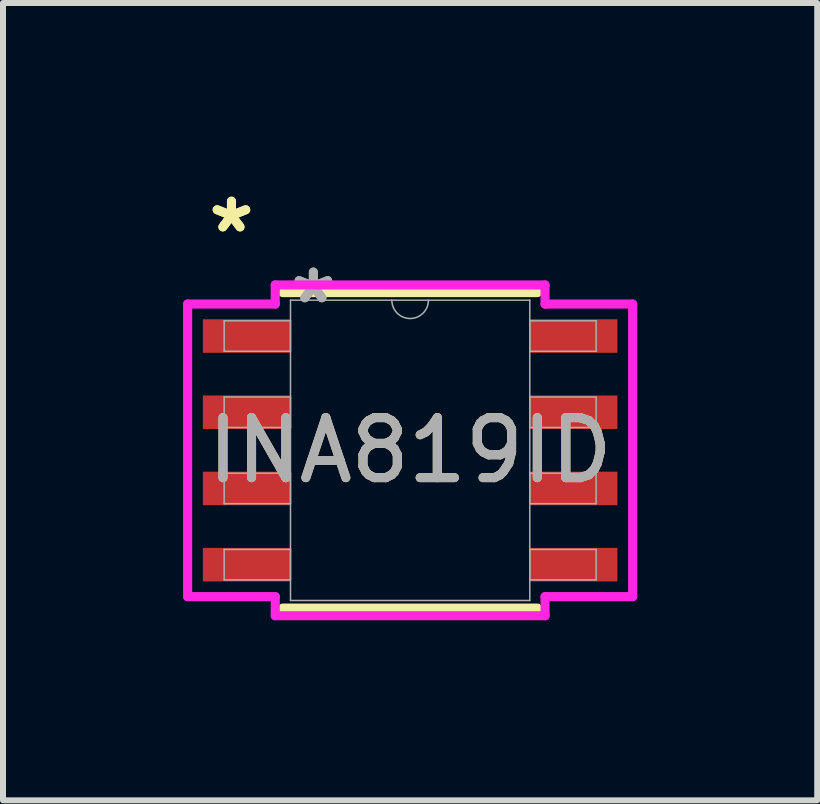
<source format=kicad_pcb>
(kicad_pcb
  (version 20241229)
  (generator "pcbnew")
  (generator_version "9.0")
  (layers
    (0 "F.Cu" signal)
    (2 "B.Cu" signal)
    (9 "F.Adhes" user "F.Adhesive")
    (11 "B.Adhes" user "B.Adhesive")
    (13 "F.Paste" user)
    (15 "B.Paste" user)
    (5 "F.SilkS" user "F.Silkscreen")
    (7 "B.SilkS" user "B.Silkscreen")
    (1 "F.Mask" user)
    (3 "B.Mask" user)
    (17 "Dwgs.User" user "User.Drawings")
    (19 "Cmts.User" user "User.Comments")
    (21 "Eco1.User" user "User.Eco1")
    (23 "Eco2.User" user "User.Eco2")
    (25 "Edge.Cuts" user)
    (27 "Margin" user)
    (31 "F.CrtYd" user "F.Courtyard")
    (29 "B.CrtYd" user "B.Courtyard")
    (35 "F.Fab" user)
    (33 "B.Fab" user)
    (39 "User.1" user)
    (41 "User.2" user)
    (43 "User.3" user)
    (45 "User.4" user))
  (footprint "INA819ID"
    (layer "F.Cu")
    (at 3.785 4.455)
    (property "Reference" "INA819ID" (at 0 0 0) (unlocked yes) (layer "F.SilkS") (effects (font (size 1 1) (thickness 0.15))))
    (attr smd)
    (fp_line (start -2.121 2.629) (end 2.121 2.629) (stroke (width 0.152) (type solid)) (layer "F.SilkS"))
    (fp_line (start 2.121 -2.629) (end -2.121 -2.629) (stroke (width 0.152) (type solid)) (layer "F.SilkS"))
    (fp_line (start -3.708 -2.438) (end -2.248 -2.438) (stroke (width 0.152) (type solid)) (layer "F.CrtYd"))
    (fp_line (start -3.708 2.438) (end -3.708 -2.438) (stroke (width 0.152) (type solid)) (layer "F.CrtYd"))
    (fp_line (start -3.708 2.438) (end -2.248 2.438) (stroke (width 0.152) (type solid)) (layer "F.CrtYd"))
    (fp_line (start -2.248 -2.756) (end 2.248 -2.756) (stroke (width 0.152) (type solid)) (layer "F.CrtYd"))
    (fp_line (start -2.248 -2.438) (end -2.248 -2.756) (stroke (width 0.152) (type solid)) (layer "F.CrtYd"))
    (fp_line (start -2.248 2.756) (end -2.248 2.438) (stroke (width 0.152) (type solid)) (layer "F.CrtYd"))
    (fp_line (start 2.248 -2.756) (end 2.248 -2.438) (stroke (width 0.152) (type solid)) (layer "F.CrtYd"))
    (fp_line (start 2.248 2.438) (end 2.248 2.756) (stroke (width 0.152) (type solid)) (layer "F.CrtYd"))
    (fp_line (start 2.248 2.756) (end -2.248 2.756) (stroke (width 0.152) (type solid)) (layer "F.CrtYd"))
    (fp_line (start 3.708 -2.438) (end 2.248 -2.438) (stroke (width 0.152) (type solid)) (layer "F.CrtYd"))
    (fp_line (start 3.708 -2.438) (end 3.708 2.438) (stroke (width 0.152) (type solid)) (layer "F.CrtYd"))
    (fp_line (start 3.708 2.438) (end 2.248 2.438) (stroke (width 0.152) (type solid)) (layer "F.CrtYd"))
    (fp_line (start -3.099 -2.159) (end -3.099 -1.651) (stroke (width 0.025) (type solid)) (layer "F.Fab"))
    (fp_line (start -3.099 -1.651) (end -1.994 -1.651) (stroke (width 0.025) (type solid)) (layer "F.Fab"))
    (fp_line (start -3.099 -0.889) (end -3.099 -0.381) (stroke (width 0.025) (type solid)) (layer "F.Fab"))
    (fp_line (start -3.099 -0.381) (end -1.994 -0.381) (stroke (width 0.025) (type solid)) (layer "F.Fab"))
    (fp_line (start -3.099 0.381) (end -3.099 0.889) (stroke (width 0.025) (type solid)) (layer "F.Fab"))
    (fp_line (start -3.099 0.889) (end -1.994 0.889) (stroke (width 0.025) (type solid)) (layer "F.Fab"))
    (fp_line (start -3.099 1.651) (end -3.099 2.159) (stroke (width 0.025) (type solid)) (layer "F.Fab"))
    (fp_line (start -3.099 2.159) (end -1.994 2.159) (stroke (width 0.025) (type solid)) (layer "F.Fab"))
    (fp_line (start -1.994 -2.502) (end -1.994 2.502) (stroke (width 0.025) (type solid)) (layer "F.Fab"))
    (fp_line (start -1.994 -2.159) (end -3.099 -2.159) (stroke (width 0.025) (type solid)) (layer "F.Fab"))
    (fp_line (start -1.994 -1.651) (end -1.994 -2.159) (stroke (width 0.025) (type solid)) (layer "F.Fab"))
    (fp_line (start -1.994 -0.889) (end -3.099 -0.889) (stroke (width 0.025) (type solid)) (layer "F.Fab"))
    (fp_line (start -1.994 -0.381) (end -1.994 -0.889) (stroke (width 0.025) (type solid)) (layer "F.Fab"))
    (fp_line (start -1.994 0.381) (end -3.099 0.381) (stroke (width 0.025) (type solid)) (layer "F.Fab"))
    (fp_line (start -1.994 0.889) (end -1.994 0.381) (stroke (width 0.025) (type solid)) (layer "F.Fab"))
    (fp_line (start -1.994 1.651) (end -3.099 1.651) (stroke (width 0.025) (type solid)) (layer "F.Fab"))
    (fp_line (start -1.994 2.159) (end -1.994 1.651) (stroke (width 0.025) (type solid)) (layer "F.Fab"))
    (fp_line (start -1.994 2.502) (end 1.994 2.502) (stroke (width 0.025) (type solid)) (layer "F.Fab"))
    (fp_line (start 1.994 -2.502) (end -1.994 -2.502) (stroke (width 0.025) (type solid)) (layer "F.Fab"))
    (fp_line (start 1.994 -2.159) (end 1.994 -1.651) (stroke (width 0.025) (type solid)) (layer "F.Fab"))
    (fp_line (start 1.994 -1.651) (end 3.099 -1.651) (stroke (width 0.025) (type solid)) (layer "F.Fab"))
    (fp_line (start 1.994 -0.889) (end 1.994 -0.381) (stroke (width 0.025) (type solid)) (layer "F.Fab"))
    (fp_line (start 1.994 -0.381) (end 3.099 -0.381) (stroke (width 0.025) (type solid)) (layer "F.Fab"))
    (fp_line (start 1.994 0.381) (end 1.994 0.889) (stroke (width 0.025) (type solid)) (layer "F.Fab"))
    (fp_line (start 1.994 0.889) (end 3.099 0.889) (stroke (width 0.025) (type solid)) (layer "F.Fab"))
    (fp_line (start 1.994 1.651) (end 1.994 2.159) (stroke (width 0.025) (type solid)) (layer "F.Fab"))
    (fp_line (start 1.994 2.159) (end 3.099 2.159) (stroke (width 0.025) (type solid)) (layer "F.Fab"))
    (fp_line (start 1.994 2.502) (end 1.994 -2.502) (stroke (width 0.025) (type solid)) (layer "F.Fab"))
    (fp_line (start 3.099 -2.159) (end 1.994 -2.159) (stroke (width 0.025) (type solid)) (layer "F.Fab"))
    (fp_line (start 3.099 -1.651) (end 3.099 -2.159) (stroke (width 0.025) (type solid)) (layer "F.Fab"))
    (fp_line (start 3.099 -0.889) (end 1.994 -0.889) (stroke (width 0.025) (type solid)) (layer "F.Fab"))
    (fp_line (start 3.099 -0.381) (end 3.099 -0.889) (stroke (width 0.025) (type solid)) (layer "F.Fab"))
    (fp_line (start 3.099 0.381) (end 1.994 0.381) (stroke (width 0.025) (type solid)) (layer "F.Fab"))
    (fp_line (start 3.099 0.889) (end 3.099 0.381) (stroke (width 0.025) (type solid)) (layer "F.Fab"))
    (fp_line (start 3.099 1.651) (end 1.994 1.651) (stroke (width 0.025) (type solid)) (layer "F.Fab"))
    (fp_line (start 3.099 2.159) (end 3.099 1.651) (stroke (width 0.025) (type solid)) (layer "F.Fab"))
    (fp_arc (start 0.3048 -2.5019) (mid 0 -2.1971) (end -0.3048 -2.5019) (stroke (width 0.0254) (type solid)) (layer "F.Fab"))
    (fp_text user "*" (at -2.978 -3.607 0) (unlocked yes) (layer "F.SilkS") (effects (font (size 1 1) (thickness 0.15))))
    (fp_text user "*" (at -2.978 -3.607 0) (layer "F.SilkS") (effects (font (size 1 1) (thickness 0.15))))
    (fp_text user "*" (at -1.613 -2.426 0) (layer "F.Fab") (effects (font (size 1 1) (thickness 0.15))))
    (fp_text user "${REFERENCE}" (at 0 0 0) (unlocked yes) (layer "F.Fab") (effects (font (size 1 1) (thickness 0.15))))
    (fp_text user "*" (at -1.613 -2.426 0) (unlocked yes) (layer "F.Fab") (effects (font (size 1 1) (thickness 0.15))))
    (pad "1" smd rect (at -2.724 -1.905) (size 1.46 0.559) (layers "F.Cu" "F.Mask" "F.Paste"))
    (pad "2" smd rect (at -2.724 -0.635) (size 1.46 0.559) (layers "F.Cu" "F.Mask" "F.Paste"))
    (pad "3" smd rect (at -2.724 0.635) (size 1.46 0.559) (layers "F.Cu" "F.Mask" "F.Paste"))
    (pad "4" smd rect (at -2.724 1.905) (size 1.46 0.559) (layers "F.Cu" "F.Mask" "F.Paste"))
    (pad "5" smd rect (at 2.724 1.905) (size 1.46 0.559) (layers "F.Cu" "F.Mask" "F.Paste"))
    (pad "6" smd rect (at 2.724 0.635) (size 1.46 0.559) (layers "F.Cu" "F.Mask" "F.Paste"))
    (pad "7" smd rect (at 2.724 -0.635) (size 1.46 0.559) (layers "F.Cu" "F.Mask" "F.Paste"))
    (pad "8" smd rect (at 2.724 -1.905) (size 1.46 0.559) (layers "F.Cu" "F.Mask" "F.Paste")))
  (gr_rect
    (start -3 -3)
    (end 10.569 10.287)
    (stroke (width 0.1) (type default))
    (fill no)
    (layer "Edge.Cuts")))
</source>
